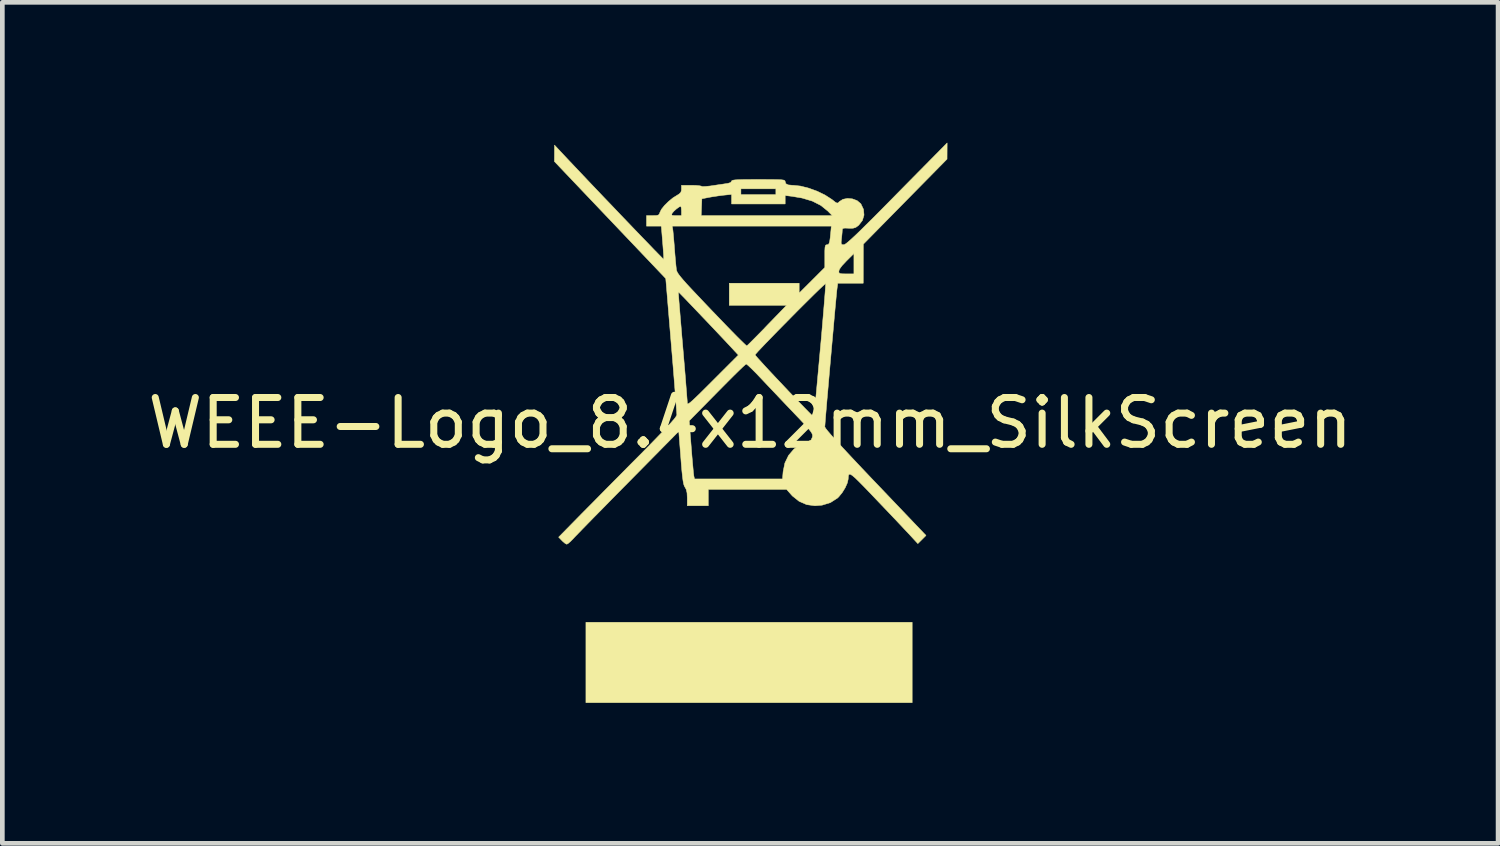
<source format=kicad_pcb>
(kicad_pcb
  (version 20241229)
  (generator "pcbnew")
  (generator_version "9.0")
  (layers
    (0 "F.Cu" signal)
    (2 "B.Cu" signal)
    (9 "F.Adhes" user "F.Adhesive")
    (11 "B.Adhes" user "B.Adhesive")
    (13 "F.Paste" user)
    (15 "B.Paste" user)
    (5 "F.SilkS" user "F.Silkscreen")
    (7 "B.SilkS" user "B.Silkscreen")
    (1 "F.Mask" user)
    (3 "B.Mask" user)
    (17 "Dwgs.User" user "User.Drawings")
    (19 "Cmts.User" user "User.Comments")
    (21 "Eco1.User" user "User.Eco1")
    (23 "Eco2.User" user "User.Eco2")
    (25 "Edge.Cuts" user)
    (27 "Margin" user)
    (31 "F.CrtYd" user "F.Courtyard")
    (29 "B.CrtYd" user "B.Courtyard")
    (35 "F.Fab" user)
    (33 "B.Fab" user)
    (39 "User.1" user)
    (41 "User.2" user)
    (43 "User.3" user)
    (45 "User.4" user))
  (footprint "WEEE-Logo_8.4x12mm_SilkScreen"
    (layer "F.Cu")
    (at 12.982 5.99)
    (property "Reference" "WEEE-Logo_8.4x12mm_SilkScreen" (at 0 0 0) (layer "F.SilkS") (effects (font (size 1 1) (thickness 0.15))))
    (attr exclude_from_pos_files exclude_from_bom allow_missing_courtyard)
    (fp_poly (pts (xy 3.461 5.976) (xy -3.511 5.976) (xy -3.511 4.258) (xy 3.461 4.258) (xy 3.461 5.976)) (stroke (width 0.01) (type solid)) (fill yes) (layer "F.SilkS"))
    (fp_poly (pts (xy 4.207 -5.813) (xy 4.206 -5.64) (xy 3.311 -4.731) (xy 2.417 -3.822) (xy 2.415 -2.988) (xy 1.871 -2.988) (xy 1.857 -2.882) (xy 1.851 -2.834) (xy 1.842 -2.743) (xy 1.83 -2.615) (xy 1.815 -2.456) (xy 1.798 -2.269) (xy 1.78 -2.062) (xy 1.76 -1.84) (xy 1.739 -1.607) (xy 1.718 -1.37) (xy 1.697 -1.133) (xy 1.677 -0.903) (xy 1.658 -0.684) (xy 1.64 -0.482) (xy 1.625 -0.303) (xy 1.612 -0.151) (xy 1.603 -0.033) (xy 1.597 0.047) (xy 1.594 0.082) (xy 1.594 0.082) (xy 1.61 0.111) (xy 1.656 0.17) (xy 1.733 0.26) (xy 1.842 0.381) (xy 1.983 0.535) (xy 2.157 0.722) (xy 2.365 0.943) (xy 2.608 1.199) (xy 2.676 1.27) (xy 3.757 2.403) (xy 3.67 2.49) (xy 3.582 2.577) (xy 3.441 2.424) (xy 3.389 2.368) (xy 3.308 2.282) (xy 3.204 2.171) (xy 3.081 2.041) (xy 2.945 1.898) (xy 2.801 1.747) (xy 2.715 1.657) (xy 2.554 1.488) (xy 2.423 1.352) (xy 2.32 1.248) (xy 2.242 1.172) (xy 2.184 1.123) (xy 2.144 1.097) (xy 2.118 1.093) (xy 2.104 1.108) (xy 2.097 1.139) (xy 2.094 1.184) (xy 2.094 1.197) (xy 2.075 1.281) (xy 2.029 1.384) (xy 1.965 1.488) (xy 1.892 1.577) (xy 1.863 1.605) (xy 1.713 1.701) (xy 1.537 1.755) (xy 1.383 1.768) (xy 1.207 1.744) (xy 1.045 1.673) (xy 0.901 1.558) (xy 0.875 1.529) (xy 0.778 1.419) (xy -0.896 1.419) (xy -0.896 1.768) (xy -1.345 1.768) (xy -1.345 1.605) (xy -1.35 1.494) (xy -1.369 1.417) (xy -1.392 1.375) (xy -1.409 1.345) (xy -1.423 1.301) (xy -1.435 1.238) (xy -1.447 1.148) (xy -1.46 1.025) (xy -1.474 0.863) (xy -1.483 0.742) (xy -1.527 0.177) (xy -2.601 1.265) (xy -2.796 1.462) (xy -2.982 1.651) (xy -3.157 1.83) (xy -3.318 1.993) (xy -3.461 2.139) (xy -3.582 2.263) (xy -3.678 2.362) (xy -3.747 2.433) (xy -3.783 2.472) (xy -3.843 2.533) (xy -3.894 2.576) (xy -3.921 2.59) (xy -3.955 2.573) (xy -4.005 2.531) (xy -4.022 2.514) (xy -4.094 2.439) (xy -3.697 2.035) (xy -3.596 1.932) (xy -3.465 1.8) (xy -3.31 1.644) (xy -3.138 1.469) (xy -2.954 1.283) (xy -2.763 1.091) (xy -2.572 0.897) (xy -2.434 0.759) (xy -2.225 0.548) (xy -2.05 0.369) (xy -1.906 0.22) (xy -1.79 0.099) (xy -1.702 0.003) (xy -1.658 -0.047) (xy -1.305 -0.047) (xy -1.26 0.518) (xy -1.247 0.684) (xy -1.234 0.835) (xy -1.222 0.965) (xy -1.213 1.064) (xy -1.205 1.126) (xy -1.203 1.139) (xy -1.19 1.195) (xy 0.69 1.195) (xy 0.703 1.039) (xy 0.741 0.854) (xy 0.82 0.691) (xy 0.936 0.555) (xy 1.083 0.452) (xy 1.248 0.39) (xy 1.302 0.361) (xy 1.329 0.299) (xy 1.329 0.296) (xy 1.332 0.27) (xy 1.328 0.243) (xy 1.313 0.21) (xy 1.283 0.167) (xy 1.234 0.108) (xy 1.163 0.029) (xy 1.065 -0.076) (xy 0.936 -0.211) (xy 0.928 -0.22) (xy 0.789 -0.365) (xy 0.642 -0.52) (xy 0.496 -0.674) (xy 0.362 -0.815) (xy 0.249 -0.935) (xy 0.224 -0.961) (xy 0.128 -1.062) (xy 0.042 -1.148) (xy -0.027 -1.214) (xy -0.072 -1.253) (xy -0.087 -1.261) (xy -0.11 -1.243) (xy -0.164 -1.194) (xy -0.244 -1.117) (xy -0.346 -1.017) (xy -0.466 -0.897) (xy -0.599 -0.763) (xy -0.709 -0.652) (xy -1.305 -0.047) (xy -1.658 -0.047) (xy -1.637 -0.07) (xy -1.595 -0.124) (xy -1.573 -0.159) (xy -1.568 -0.175) (xy -1.57 -0.211) (xy -1.576 -0.291) (xy -1.585 -0.412) (xy -1.597 -0.569) (xy -1.612 -0.757) (xy -1.629 -0.971) (xy -1.648 -1.207) (xy -1.669 -1.46) (xy -1.686 -1.662) (xy -1.781 -2.803) (xy -1.536 -2.803) (xy -1.535 -2.778) (xy -1.53 -2.709) (xy -1.522 -2.6) (xy -1.51 -2.456) (xy -1.496 -2.282) (xy -1.479 -2.083) (xy -1.461 -1.863) (xy -1.443 -1.655) (xy -1.423 -1.419) (xy -1.404 -1.196) (xy -1.387 -0.992) (xy -1.373 -0.811) (xy -1.361 -0.66) (xy -1.352 -0.543) (xy -1.346 -0.466) (xy -1.345 -0.436) (xy -1.343 -0.417) (xy -1.333 -0.41) (xy -1.314 -0.417) (xy -1.28 -0.441) (xy -1.228 -0.486) (xy -1.156 -0.554) (xy -1.058 -0.649) (xy -0.932 -0.774) (xy -0.799 -0.907) (xy -0.253 -1.453) (xy -0.257 -1.457) (xy 0.104 -1.457) (xy 0.121 -1.434) (xy 0.167 -1.381) (xy 0.238 -1.303) (xy 0.329 -1.203) (xy 0.436 -1.088) (xy 0.555 -0.961) (xy 0.68 -0.829) (xy 0.806 -0.695) (xy 0.93 -0.565) (xy 1.047 -0.443) (xy 1.152 -0.335) (xy 1.24 -0.245) (xy 1.307 -0.178) (xy 1.348 -0.139) (xy 1.36 -0.131) (xy 1.363 -0.157) (xy 1.371 -0.227) (xy 1.382 -0.339) (xy 1.397 -0.487) (xy 1.414 -0.667) (xy 1.433 -0.874) (xy 1.454 -1.104) (xy 1.477 -1.353) (xy 1.495 -1.553) (xy 1.519 -1.813) (xy 1.54 -2.059) (xy 1.559 -2.284) (xy 1.576 -2.486) (xy 1.59 -2.659) (xy 1.601 -2.799) (xy 1.608 -2.902) (xy 1.612 -2.963) (xy 1.611 -2.979) (xy 1.592 -2.965) (xy 1.542 -2.919) (xy 1.466 -2.847) (xy 1.368 -2.752) (xy 1.254 -2.639) (xy 1.126 -2.512) (xy 0.99 -2.376) (xy 0.85 -2.234) (xy 0.711 -2.093) (xy 0.575 -1.955) (xy 0.449 -1.825) (xy 0.336 -1.709) (xy 0.241 -1.609) (xy 0.167 -1.531) (xy 0.121 -1.479) (xy 0.104 -1.457) (xy -0.257 -1.457) (xy -0.456 -1.671) (xy -0.56 -1.782) (xy -0.676 -1.905) (xy -0.801 -2.037) (xy -0.929 -2.172) (xy -1.056 -2.305) (xy -1.177 -2.432) (xy -1.288 -2.548) (xy -1.383 -2.648) (xy -1.46 -2.727) (xy -1.512 -2.78) (xy -1.536 -2.802) (xy -1.536 -2.803) (xy -1.781 -2.803) (xy -1.805 -3.088) (xy -4.184 -5.589) (xy -4.182 -5.939) (xy -3.99 -5.734) (xy -3.882 -5.619) (xy -3.755 -5.485) (xy -3.612 -5.334) (xy -3.457 -5.17) (xy -3.292 -4.997) (xy -3.122 -4.818) (xy -2.949 -4.638) (xy -2.778 -4.458) (xy -2.611 -4.284) (xy -2.452 -4.118) (xy -2.304 -3.964) (xy -2.171 -3.827) (xy -2.057 -3.708) (xy -1.964 -3.613) (xy -1.896 -3.544) (xy -1.857 -3.505) (xy -1.848 -3.497) (xy -1.848 -3.523) (xy -1.851 -3.59) (xy -1.858 -3.688) (xy -1.867 -3.808) (xy -1.871 -3.856) (xy -1.9 -4.208) (xy -1.669 -4.208) (xy -1.657 -4.152) (xy -1.651 -4.108) (xy -1.643 -4.025) (xy -1.633 -3.913) (xy -1.622 -3.783) (xy -1.619 -3.735) (xy -1.608 -3.598) (xy -1.597 -3.47) (xy -1.587 -3.364) (xy -1.579 -3.292) (xy -1.578 -3.279) (xy -1.571 -3.252) (xy -1.557 -3.22) (xy -1.532 -3.181) (xy -1.493 -3.13) (xy -1.437 -3.063) (xy -1.362 -2.978) (xy -1.263 -2.871) (xy -1.138 -2.739) (xy -0.985 -2.577) (xy -0.828 -2.412) (xy -0.672 -2.25) (xy -0.527 -2.099) (xy -0.396 -1.964) (xy -0.282 -1.848) (xy -0.189 -1.756) (xy -0.121 -1.69) (xy -0.082 -1.654) (xy -0.074 -1.649) (xy -0.051 -1.668) (xy 0.000058 -1.718) (xy 0.076 -1.794) (xy 0.172 -1.891) (xy 0.282 -2.003) (xy 0.361 -2.086) (xy 0.777 -2.515) (xy -0.448 -2.515) (xy -0.448 -2.988) (xy 1.046 -2.988) (xy 1.046 -2.777) (xy 1.32 -3.05) (xy 1.514 -3.244) (xy 1.893 -3.244) (xy 1.896 -3.214) (xy 1.914 -3.197) (xy 1.959 -3.189) (xy 2.04 -3.187) (xy 2.054 -3.187) (xy 2.216 -3.187) (xy 2.216 -3.622) (xy 2.054 -3.461) (xy 1.963 -3.364) (xy 1.908 -3.289) (xy 1.893 -3.244) (xy 1.514 -3.244) (xy 1.594 -3.324) (xy 1.594 -3.567) (xy 1.594 -3.679) (xy 1.598 -3.75) (xy 1.606 -3.789) (xy 1.62 -3.806) (xy 1.642 -3.81) (xy 1.666 -3.815) (xy 1.684 -3.836) (xy 1.698 -3.881) (xy 1.709 -3.957) (xy 1.721 -4.073) (xy 1.725 -4.115) (xy 1.733 -4.208) (xy -1.669 -4.208) (xy -1.9 -4.208) (xy -2.216 -4.208) (xy -2.216 -4.433) (xy -2.082 -4.433) (xy -2.003 -4.435) (xy -1.961 -4.445) (xy -1.956 -4.451) (xy -1.681 -4.451) (xy -1.666 -4.437) (xy -1.616 -4.433) (xy -1.582 -4.433) (xy -1.469 -4.433) (xy -1.048 -4.433) (xy 1.753 -4.433) (xy 1.658 -4.53) (xy 1.511 -4.649) (xy 1.329 -4.742) (xy 1.109 -4.808) (xy 0.89 -4.845) (xy 0.747 -4.862) (xy 0.747 -4.682) (xy -0.398 -4.682) (xy -0.398 -4.886) (xy -0.567 -4.869) (xy -0.684 -4.854) (xy -0.809 -4.835) (xy -0.884 -4.822) (xy -1.033 -4.792) (xy -1.041 -4.612) (xy -1.048 -4.433) (xy -1.469 -4.433) (xy -1.469 -4.532) (xy -1.473 -4.595) (xy -1.481 -4.629) (xy -1.484 -4.632) (xy -1.521 -4.616) (xy -1.575 -4.577) (xy -1.629 -4.529) (xy -1.666 -4.486) (xy -1.669 -4.481) (xy -1.681 -4.451) (xy -1.956 -4.451) (xy -1.94 -4.47) (xy -1.932 -4.496) (xy -1.898 -4.566) (xy -1.832 -4.649) (xy -1.746 -4.734) (xy -1.652 -4.811) (xy -1.59 -4.85) (xy -1.519 -4.894) (xy -1.483 -4.93) (xy -1.47 -4.973) (xy -1.469 -4.999) (xy -1.469 -5.005) (xy -0.199 -5.005) (xy -0.199 -4.881) (xy 0.548 -4.881) (xy 0.548 -5.005) (xy -0.199 -5.005) (xy -1.469 -5.005) (xy -1.469 -5.08) (xy -1.26 -5.08) (xy -1.163 -5.078) (xy -1.088 -5.071) (xy -1.046 -5.063) (xy -1.042 -5.059) (xy -1.015 -5.053) (xy -0.951 -5.056) (xy -0.859 -5.065) (xy -0.797 -5.074) (xy -0.684 -5.091) (xy -0.58 -5.106) (xy -0.502 -5.118) (xy -0.479 -5.121) (xy -0.42 -5.139) (xy -0.398 -5.168) (xy -0.392 -5.18) (xy -0.369 -5.189) (xy -0.323 -5.196) (xy -0.25 -5.2) (xy -0.143 -5.203) (xy 0.003 -5.204) (xy 0.174 -5.205) (xy 0.358 -5.204) (xy 0.497 -5.203) (xy 0.598 -5.201) (xy 0.668 -5.198) (xy 0.712 -5.192) (xy 0.735 -5.183) (xy 0.745 -5.171) (xy 0.747 -5.157) (xy 0.762 -5.114) (xy 0.812 -5.089) (xy 0.903 -5.08) (xy 0.919 -5.08) (xy 1.073 -5.064) (xy 1.248 -5.02) (xy 1.428 -4.955) (xy 1.597 -4.873) (xy 1.74 -4.781) (xy 1.759 -4.767) (xy 1.819 -4.719) (xy 1.855 -4.7) (xy 1.88 -4.706) (xy 1.905 -4.732) (xy 1.981 -4.781) (xy 2.079 -4.8) (xy 2.185 -4.79) (xy 2.284 -4.753) (xy 2.359 -4.69) (xy 2.365 -4.683) (xy 2.421 -4.566) (xy 2.432 -4.444) (xy 2.397 -4.328) (xy 2.319 -4.228) (xy 2.31 -4.22) (xy 2.255 -4.18) (xy 2.198 -4.163) (xy 2.12 -4.162) (xy 2.1 -4.163) (xy 2.023 -4.166) (xy 1.983 -4.159) (xy 1.968 -4.14) (xy 1.967 -4.121) (xy 1.964 -4.068) (xy 1.956 -3.988) (xy 1.951 -3.941) (xy 1.943 -3.865) (xy 1.947 -3.826) (xy 1.965 -3.812) (xy 1.999 -3.81) (xy 2.019 -3.816) (xy 2.051 -3.837) (xy 2.098 -3.875) (xy 2.161 -3.931) (xy 2.244 -4.008) (xy 2.349 -4.109) (xy 2.477 -4.236) (xy 2.633 -4.39) (xy 2.817 -4.575) (xy 3.032 -4.793) (xy 3.135 -4.898) (xy 4.208 -5.985) (xy 4.207 -5.813)) (stroke (width 0.01) (type solid)) (fill yes) (layer "F.SilkS")))
  (gr_rect
    (start -3 -3)
    (end 28.964 14.972)
    (stroke (width 0.1) (type default))
    (fill no)
    (layer "Edge.Cuts")))
</source>
